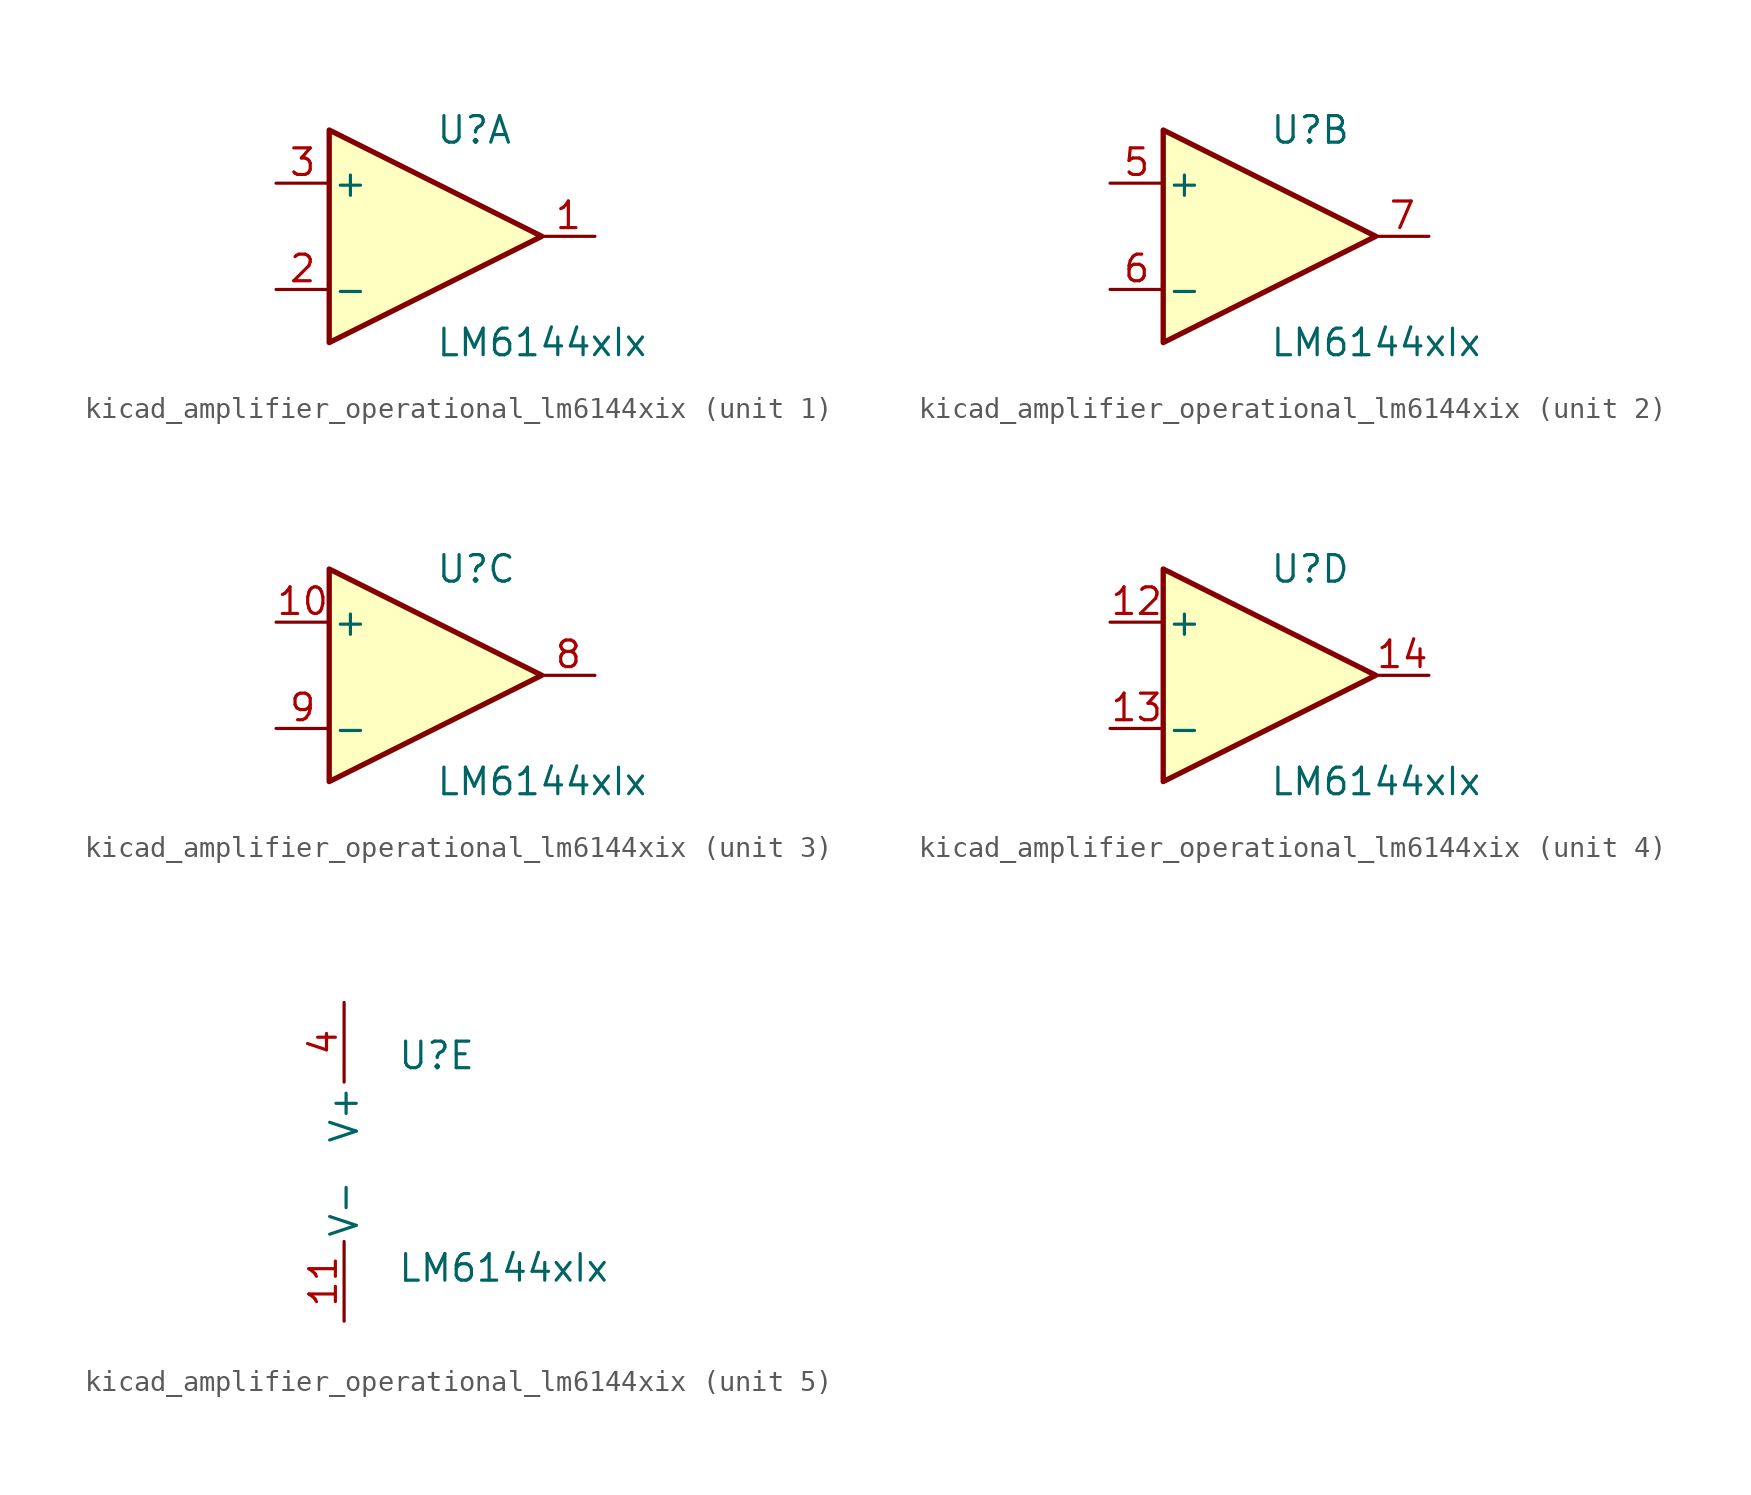
<source format=kicad_sym>
(kicad_symbol_lib
  (version 20220914)
  (generator kicad_symbol_editor)
  (symbol "kicad_amplifier_operational_lm6144xix"
    (pin_names
      (offset 0.127))
    (property "Reference" "U"
      (at 0 5.08 0)
      (effects (font (size 1.27 1.27)) (justify left)))
    (property "Value" "LM6144xIx"
      (at 0 -5.08 0)
      (effects (font (size 1.27 1.27)) (justify left)))
    (property "ki_locked" ""
      (at 0 0 0)
      (effects (font (size 1.27 1.27))))
    (symbol "kicad_amplifier_operational_lm6144xix_1_1"
      (polyline (pts (xy -5.08 5.08) (xy 5.08 0) (xy -5.08 -5.08) (xy -5.08 5.08)) (stroke (width 0.254) (type default)) (fill (type background)))
      (pin output line (at 7.62 0 180) (length 2.54) (name "~" (effects (font (size 1.27 1.27)))) (number "1" (effects (font (size 1.27 1.27)))))
      (pin input line (at -7.62 -2.54 0) (length 2.54) (name "-" (effects (font (size 1.27 1.27)))) (number "2" (effects (font (size 1.27 1.27)))))
      (pin input line (at -7.62 2.54 0) (length 2.54) (name "+" (effects (font (size 1.27 1.27)))) (number "3" (effects (font (size 1.27 1.27))))))
    (symbol "kicad_amplifier_operational_lm6144xix_2_1"
      (polyline (pts (xy -5.08 5.08) (xy 5.08 0) (xy -5.08 -5.08) (xy -5.08 5.08)) (stroke (width 0.254) (type default)) (fill (type background)))
      (pin input line (at -7.62 2.54 0) (length 2.54) (name "+" (effects (font (size 1.27 1.27)))) (number "5" (effects (font (size 1.27 1.27)))))
      (pin input line (at -7.62 -2.54 0) (length 2.54) (name "-" (effects (font (size 1.27 1.27)))) (number "6" (effects (font (size 1.27 1.27)))))
      (pin output line (at 7.62 0 180) (length 2.54) (name "~" (effects (font (size 1.27 1.27)))) (number "7" (effects (font (size 1.27 1.27))))))
    (symbol "kicad_amplifier_operational_lm6144xix_3_1"
      (polyline (pts (xy -5.08 5.08) (xy 5.08 0) (xy -5.08 -5.08) (xy -5.08 5.08)) (stroke (width 0.254) (type default)) (fill (type background)))
      (pin input line (at -7.62 2.54 0) (length 2.54) (name "+" (effects (font (size 1.27 1.27)))) (number "10" (effects (font (size 1.27 1.27)))))
      (pin output line (at 7.62 0 180) (length 2.54) (name "~" (effects (font (size 1.27 1.27)))) (number "8" (effects (font (size 1.27 1.27)))))
      (pin input line (at -7.62 -2.54 0) (length 2.54) (name "-" (effects (font (size 1.27 1.27)))) (number "9" (effects (font (size 1.27 1.27))))))
    (symbol "kicad_amplifier_operational_lm6144xix_4_1"
      (polyline (pts (xy -5.08 5.08) (xy 5.08 0) (xy -5.08 -5.08) (xy -5.08 5.08)) (stroke (width 0.254) (type default)) (fill (type background)))
      (pin input line (at -7.62 2.54 0) (length 2.54) (name "+" (effects (font (size 1.27 1.27)))) (number "12" (effects (font (size 1.27 1.27)))))
      (pin input line (at -7.62 -2.54 0) (length 2.54) (name "-" (effects (font (size 1.27 1.27)))) (number "13" (effects (font (size 1.27 1.27)))))
      (pin output line (at 7.62 0 180) (length 2.54) (name "~" (effects (font (size 1.27 1.27)))) (number "14" (effects (font (size 1.27 1.27))))))
    (symbol "kicad_amplifier_operational_lm6144xix_5_1"
      (pin power_in line (at -2.54 -7.62 90) (length 3.81) (name "V-" (effects (font (size 1.27 1.27)))) (number "11" (effects (font (size 1.27 1.27)))))
      (pin power_in line (at -2.54 7.62 270) (length 3.81) (name "V+" (effects (font (size 1.27 1.27)))) (number "4" (effects (font (size 1.27 1.27))))))))
</source>
